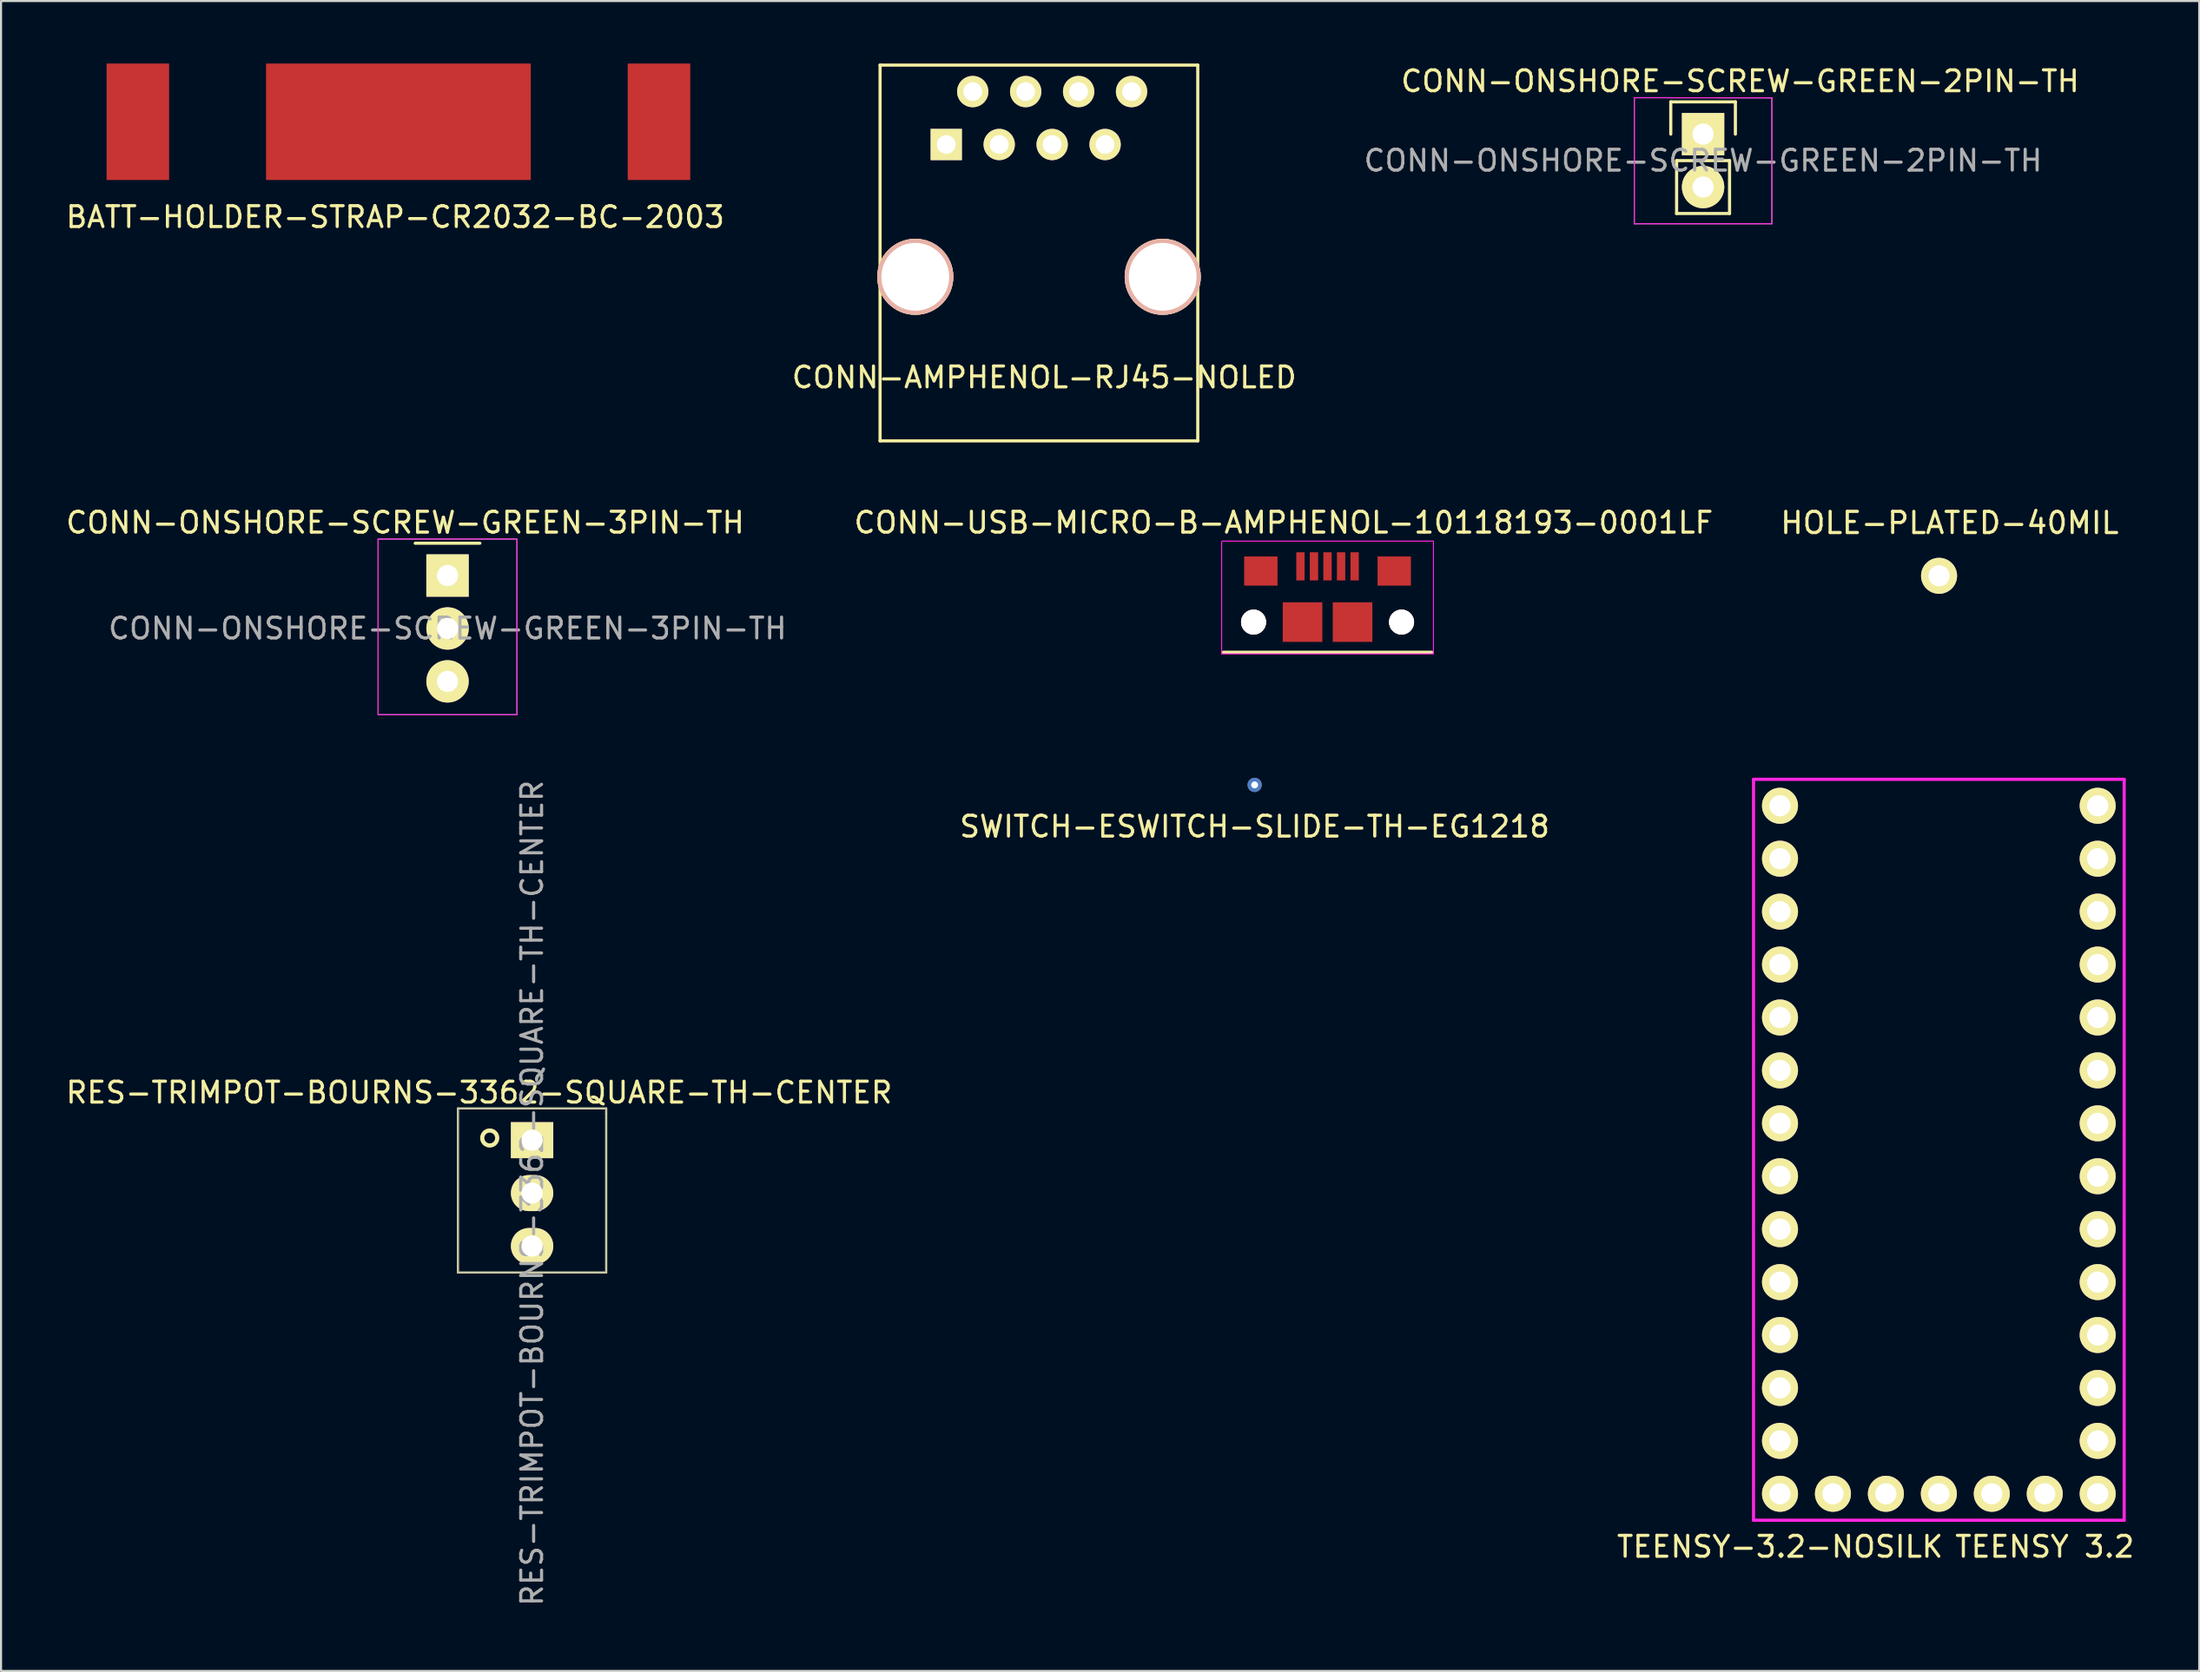
<source format=kicad_pcb>
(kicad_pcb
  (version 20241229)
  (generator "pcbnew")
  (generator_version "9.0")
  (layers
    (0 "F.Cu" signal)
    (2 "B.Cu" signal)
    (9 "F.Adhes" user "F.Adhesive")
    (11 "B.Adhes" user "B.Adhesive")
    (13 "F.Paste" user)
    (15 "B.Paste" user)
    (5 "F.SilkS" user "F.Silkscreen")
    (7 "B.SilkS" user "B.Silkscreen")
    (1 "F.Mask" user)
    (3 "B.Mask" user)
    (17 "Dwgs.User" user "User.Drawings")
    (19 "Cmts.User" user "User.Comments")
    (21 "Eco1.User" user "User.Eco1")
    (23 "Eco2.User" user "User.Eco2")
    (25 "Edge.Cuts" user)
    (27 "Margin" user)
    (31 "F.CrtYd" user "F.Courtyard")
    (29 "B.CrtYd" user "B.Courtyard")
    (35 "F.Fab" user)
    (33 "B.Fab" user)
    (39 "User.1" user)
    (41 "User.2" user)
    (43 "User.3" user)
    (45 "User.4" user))
  (footprint "CONN-ONSHORE-SCREW-GREEN-2PIN-TH"
    (layer "F.Cu")
    (at 78.649 3.388)
    (property "Reference" "CONN-ONSHORE-SCREW-GREEN-2PIN-TH" (at 0 1.27 0) (layer "F.Fab") (effects (font (size 1 1) (thickness 0.15))))
    (attr through_hole)
    (fp_line (start -1.55 -1.55) (end 1.55 -1.55) (stroke (width 0.15) (type solid)) (layer "F.SilkS"))
    (fp_line (start -1.55 0) (end -1.55 -1.55) (stroke (width 0.15) (type solid)) (layer "F.SilkS"))
    (fp_line (start -1.27 1.27) (end -1.27 3.81) (stroke (width 0.15) (type solid)) (layer "F.SilkS"))
    (fp_line (start -1.27 3.81) (end 1.27 3.81) (stroke (width 0.15) (type solid)) (layer "F.SilkS"))
    (fp_line (start 1.27 1.27) (end -1.27 1.27) (stroke (width 0.15) (type solid)) (layer "F.SilkS"))
    (fp_line (start 1.27 1.27) (end 1.27 3.81) (stroke (width 0.15) (type solid)) (layer "F.SilkS"))
    (fp_line (start 1.55 -1.55) (end 1.55 0) (stroke (width 0.15) (type solid)) (layer "F.SilkS"))
    (fp_line (start -3.3 -1.75) (end -3.3 4.3) (stroke (width 0.05) (type solid)) (layer "F.CrtYd"))
    (fp_line (start -3.3 -1.75) (end 3.3 -1.742) (stroke (width 0.05) (type solid)) (layer "F.CrtYd"))
    (fp_line (start -3.3 4.3) (end 3.3 4.3) (stroke (width 0.05) (type solid)) (layer "F.CrtYd"))
    (fp_line (start 3.3 -1.75) (end 3.3 4.3) (stroke (width 0.05) (type solid)) (layer "F.CrtYd"))
    (fp_line (start -3.3 -1.75) (end -3.3 4.3) (stroke (width 0.05) (type solid)) (layer "F.Fab"))
    (fp_line (start -3.3 -1.75) (end 3.3 -1.742) (stroke (width 0.05) (type solid)) (layer "F.Fab"))
    (fp_line (start -3.3 4.3) (end 3.3 4.3) (stroke (width 0.05) (type solid)) (layer "F.Fab"))
    (fp_line (start 3.3 -1.75) (end 3.3 4.3) (stroke (width 0.05) (type solid)) (layer "F.Fab"))
    (fp_text user "${REFERENCE}" (at 1.778 -2.54 0) (layer "F.SilkS") (effects (font (size 1 1) (thickness 0.15))))
    (pad "1" thru_hole rect (at 0 0) (size 2.032 2.032) (drill 1.016) (layers "*.Cu" "*.Mask" "F.SilkS"))
    (pad "2" thru_hole oval (at 0 2.54) (size 2.032 2.032) (drill 1.016) (layers "*.Cu" "*.Mask" "F.SilkS")))
  (footprint "RES-TRIMPOT-BOURNS-3362-SQUARE-TH-CENTER"
    (layer "F.Cu")
    (at 22.475 54.212)
    (property "Reference" "RES-TRIMPOT-BOURNS-3362-SQUARE-TH-CENTER" (at 0 0 90) (layer "F.Fab") (effects (font (size 1 1) (thickness 0.15))))
    (attr through_hole)
    (fp_line (start -3.556 -4.064) (end -3.556 3.81) (stroke (width 0.102) (type solid)) (layer "F.SilkS"))
    (fp_line (start -3.556 3.81) (end 3.556 3.81) (stroke (width 0.102) (type solid)) (layer "F.SilkS"))
    (fp_line (start 3.556 -4.064) (end -3.556 -4.064) (stroke (width 0.102) (type solid)) (layer "F.SilkS"))
    (fp_line (start 3.556 -3.81) (end 3.556 -4.064) (stroke (width 0.102) (type solid)) (layer "F.SilkS"))
    (fp_line (start 3.556 3.81) (end 3.556 -3.81) (stroke (width 0.102) (type solid)) (layer "F.SilkS"))
    (fp_circle (center -2.032 -2.645) (end -1.778 -2.391) (stroke (width 0.2) (type solid)) (fill no) (layer "F.SilkS"))
    (fp_line (start -3.556 -4.064) (end -3.556 3.81) (stroke (width 0.05) (type solid)) (layer "F.Fab"))
    (fp_line (start -3.556 3.81) (end 3.556 3.81) (stroke (width 0.05) (type solid)) (layer "F.Fab"))
    (fp_line (start 3.556 -4.064) (end -3.556 -4.064) (stroke (width 0.05) (type solid)) (layer "F.Fab"))
    (fp_line (start 3.556 3.81) (end 3.556 -4.064) (stroke (width 0.05) (type solid)) (layer "F.Fab"))
    (fp_circle (center 0 -2.54) (end 0.254 -2.286) (stroke (width 0.2) (type solid)) (fill no) (layer "F.Fab"))
    (fp_text user "${REFERENCE}" (at -2.54 -4.826 0) (layer "F.SilkS") (effects (font (size 1 1) (thickness 0.15))))
    (pad "1" thru_hole rect (at 0 -2.54) (size 2.032 1.727) (drill 1.016) (layers "*.Cu" "*.Mask" "F.SilkS"))
    (pad "2" thru_hole oval (at 0 0) (size 2.032 1.727) (drill 1.016) (layers "*.Cu" "*.Mask" "F.SilkS"))
    (pad "3" thru_hole oval (at 0 2.54) (size 2.032 1.727) (drill 1.016) (layers "*.Cu" "*.Mask" "F.SilkS")))
  (footprint "HOLE-PLATED-40MIL"
    (layer "F.Cu")
    (at 89.969 24.586)
    (property "Reference" "HOLE-PLATED-40MIL" (at 0.508 -2.54 0) (layer "F.SilkS") (effects (font (size 1.016 1.016) (thickness 0.152))))
    (attr through_hole)
    (pad "1" thru_hole circle (at 0 0) (size 1.727 1.727) (drill 1.016) (layers "*.Cu" "*.Mask" "F.SilkS")))
  (footprint "CONN-USB-MICRO-B-AMPHENOL-10118193-0001LF"
    (layer "F.Cu")
    (at 60.634 26.807)
    (property "Reference" "CONN-USB-MICRO-B-AMPHENOL-10118193-0001LF" (at -2.108 -4.775 0) (layer "F.SilkS") (effects (font (size 1 1) (thickness 0.15))))
    (attr smd)
    (fp_line (start -5.004 1.448) (end 4.996 1.448) (stroke (width 0.15) (type solid)) (layer "F.SilkS"))
    (fp_line (start -5.08 -3.861) (end -5.08 1.524) (stroke (width 0.05) (type solid)) (layer "F.CrtYd"))
    (fp_line (start 5.055 1.524) (end -5.08 1.524) (stroke (width 0.05) (type solid)) (layer "F.CrtYd"))
    (fp_line (start 5.08 -3.886) (end -5.055 -3.886) (stroke (width 0.05) (type solid)) (layer "F.CrtYd"))
    (fp_line (start 5.08 -3.861) (end 5.08 1.524) (stroke (width 0.05) (type solid)) (layer "F.CrtYd"))
    (pad "1" smd rect (at -1.3 -2.675 90) (size 1.35 0.4) (layers "F.Cu" "F.Mask" "F.Paste"))
    (pad "2" smd rect (at -0.65 -2.675 90) (size 1.35 0.4) (layers "F.Cu" "F.Mask" "F.Paste"))
    (pad "3" smd rect (at -0.001 -2.675 90) (size 1.35 0.4) (layers "F.Cu" "F.Mask" "F.Paste"))
    (pad "4" smd rect (at 0.65 -2.675 90) (size 1.35 0.4) (layers "F.Cu" "F.Mask" "F.Paste"))
    (pad "5" smd rect (at 1.3 -2.675 90) (size 1.35 0.4) (layers "F.Cu" "F.Mask" "F.Paste"))
    (pad "6" thru_hole circle (at -3.55 0 90) (size 1.2 1.2) (drill 1.2) (layers "*.Cu" "*.Mask" "F.SilkS"))
    (pad "6" smd rect (at -3.2 -2.45 90) (size 1.4 1.6) (layers "F.Cu" "F.Mask" "F.Paste"))
    (pad "6" smd rect (at -1.2 0 90) (size 1.9 1.9) (layers "F.Cu" "F.Mask" "F.Paste"))
    (pad "6" smd rect (at 1.2 0 90) (size 1.9 1.9) (layers "F.Cu" "F.Mask" "F.Paste"))
    (pad "6" smd rect (at 3.2 -2.45 90) (size 1.4 1.6) (layers "F.Cu" "F.Mask" "F.Paste"))
    (pad "6" thru_hole circle (at 3.55 0 90) (size 1.2 1.2) (drill 1.2) (layers "*.Cu" "*.Mask" "F.SilkS")))
  (footprint "SWITCH-ESWITCH-SLIDE-TH-EG1218"
    (layer "F.Cu")
    (at 57.137 34.62)
    (property "Reference" "SWITCH-ESWITCH-SLIDE-TH-EG1218" (at 0 2 0) (layer "F.SilkS") (effects (font (size 1 1) (thickness 0.15))))
    (attr through_hole)
    (pad "GND" thru_hole circle (at 0 0) (size 0.686 0.686) (drill 0.33) (layers "*.Cu")))
  (footprint "TEENSY-3.2-NOSILK"
    (layer "F.Cu")
    (at 92.499 45.783)
    (property "Reference" "TEENSY-3.2-NOSILK" (at -10.16 25.4 180) (layer "F.SilkS") (effects (font (size 1 1) (thickness 0.15))))
    (attr through_hole)
    (fp_line (start -11.43 -11.43) (end -11.43 24.13) (stroke (width 0.152) (type solid)) (layer "F.CrtYd"))
    (fp_line (start -11.43 24.13) (end 6.35 24.13) (stroke (width 0.152) (type solid)) (layer "F.CrtYd"))
    (fp_line (start 6.35 -11.43) (end -11.43 -11.43) (stroke (width 0.152) (type solid)) (layer "F.CrtYd"))
    (fp_line (start 6.35 24.13) (end 6.35 -11.43) (stroke (width 0.152) (type solid)) (layer "F.CrtYd"))
    (fp_text user "TEENSY 3.2" (at 2.54 25.4 0) (layer "F.SilkS") (effects (font (size 1 1) (thickness 0.15))))
    (pad "0" thru_hole circle (at -10.16 -7.62) (size 1.727 1.727) (drill 1.016) (layers "*.Cu" "*.Mask" "F.SilkS"))
    (pad "1" thru_hole circle (at -10.16 -5.08) (size 1.727 1.727) (drill 1.016) (layers "*.Cu" "*.Mask" "F.SilkS"))
    (pad "2" thru_hole circle (at -10.16 -2.54) (size 1.727 1.727) (drill 1.016) (layers "*.Cu" "*.Mask" "F.SilkS"))
    (pad "3" thru_hole circle (at -10.16 0) (size 1.727 1.727) (drill 1.016) (layers "*.Cu" "*.Mask" "F.SilkS"))
    (pad "3V1" thru_hole circle (at -5.08 22.86) (size 1.727 1.727) (drill 1.016) (layers "*.Cu" "*.Mask" "F.SilkS"))
    (pad "3V2" thru_hole circle (at 5.08 -5.08) (size 1.727 1.727) (drill 1.016) (layers "*.Cu" "*.Mask" "F.SilkS"))
    (pad "4" thru_hole circle (at -10.16 2.54) (size 1.727 1.727) (drill 1.016) (layers "*.Cu" "*.Mask" "F.SilkS"))
    (pad "5" thru_hole circle (at -10.16 5.08) (size 1.727 1.727) (drill 1.016) (layers "*.Cu" "*.Mask" "F.SilkS"))
    (pad "6" thru_hole circle (at -10.16 7.62) (size 1.727 1.727) (drill 1.016) (layers "*.Cu" "*.Mask" "F.SilkS"))
    (pad "7" thru_hole circle (at -10.16 10.16) (size 1.727 1.727) (drill 1.016) (layers "*.Cu" "*.Mask" "F.SilkS"))
    (pad "8" thru_hole circle (at -10.16 12.7) (size 1.727 1.727) (drill 1.016) (layers "*.Cu" "*.Mask" "F.SilkS"))
    (pad "9" thru_hole circle (at -10.16 15.24) (size 1.727 1.727) (drill 1.016) (layers "*.Cu" "*.Mask" "F.SilkS"))
    (pad "10" thru_hole circle (at -10.16 17.78) (size 1.727 1.727) (drill 1.016) (layers "*.Cu" "*.Mask" "F.SilkS"))
    (pad "11" thru_hole circle (at -10.16 20.32) (size 1.727 1.727) (drill 1.016) (layers "*.Cu" "*.Mask" "F.SilkS"))
    (pad "12" thru_hole circle (at -10.16 22.86) (size 1.727 1.727) (drill 1.016) (layers "*.Cu" "*.Mask" "F.SilkS"))
    (pad "13" thru_hole circle (at 5.08 22.86) (size 1.727 1.727) (drill 1.016) (layers "*.Cu" "*.Mask" "F.SilkS"))
    (pad "14" thru_hole circle (at 5.08 20.32) (size 1.727 1.727) (drill 1.016) (layers "*.Cu" "*.Mask" "F.SilkS"))
    (pad "15" thru_hole circle (at 5.08 17.78) (size 1.727 1.727) (drill 1.016) (layers "*.Cu" "*.Mask" "F.SilkS"))
    (pad "16" thru_hole circle (at 5.08 15.24) (size 1.727 1.727) (drill 1.016) (layers "*.Cu" "*.Mask" "F.SilkS"))
    (pad "17" thru_hole circle (at 5.08 12.7) (size 1.727 1.727) (drill 1.016) (layers "*.Cu" "*.Mask" "F.SilkS"))
    (pad "18" thru_hole circle (at 5.08 10.16) (size 1.727 1.727) (drill 1.016) (layers "*.Cu" "*.Mask" "F.SilkS"))
    (pad "19" thru_hole circle (at 5.08 7.62) (size 1.727 1.727) (drill 1.016) (layers "*.Cu" "*.Mask" "F.SilkS"))
    (pad "20" thru_hole circle (at 5.08 5.08) (size 1.727 1.727) (drill 1.016) (layers "*.Cu" "*.Mask" "F.SilkS"))
    (pad "21" thru_hole circle (at 5.08 2.54) (size 1.727 1.727) (drill 1.016) (layers "*.Cu" "*.Mask" "F.SilkS"))
    (pad "22" thru_hole circle (at 5.08 0) (size 1.727 1.727) (drill 1.016) (layers "*.Cu" "*.Mask" "F.SilkS"))
    (pad "23" thru_hole circle (at 5.08 -2.54) (size 1.727 1.727) (drill 1.016) (layers "*.Cu" "*.Mask" "F.SilkS"))
    (pad "AG" thru_hole circle (at 5.08 -7.62) (size 1.727 1.727) (drill 1.016) (layers "*.Cu" "*.Mask" "F.SilkS"))
    (pad "DAC" thru_hole circle (at 2.54 22.86) (size 1.727 1.727) (drill 1.016) (layers "*.Cu" "*.Mask" "F.SilkS"))
    (pad "G1" thru_hole circle (at -10.16 -10.16) (size 1.727 1.727) (drill 1.016) (layers "*.Cu" "*.Mask" "F.SilkS"))
    (pad "G2" thru_hole circle (at -2.54 22.86) (size 1.727 1.727) (drill 1.016) (layers "*.Cu" "*.Mask" "F.SilkS"))
    (pad "PGM" thru_hole circle (at 0 22.86) (size 1.727 1.727) (drill 1.016) (layers "*.Cu" "*.Mask" "F.SilkS"))
    (pad "VBAT" thru_hole circle (at -7.62 22.86) (size 1.727 1.727) (drill 1.016) (layers "*.Cu" "*.Mask" "F.SilkS"))
    (pad "VIN" thru_hole circle (at 5.08 -10.16) (size 1.727 1.727) (drill 1.016) (layers "*.Cu" "*.Mask" "F.SilkS")))
  (footprint "BATT-HOLDER-STRAP-CR2032-BC-2003"
    (layer "F.Cu")
    (at 16.063 2.794)
    (property "Reference" "BATT-HOLDER-STRAP-CR2032-BC-2003" (at -0.152 4.572 0) (layer "F.SilkS") (effects (font (size 1 1) (thickness 0.15))))
    (attr through_hole)
    (pad "1" smd rect (at -12.5 0) (size 3 5.588) (layers "F.Cu" "F.Mask" "F.Paste"))
    (pad "1" smd rect (at 12.5 0) (size 3 5.588) (layers "F.Cu" "F.Mask" "F.Paste"))
    (pad "GND" smd rect (at 0 0) (size 12.7 5.588) (layers "F.Cu" "F.Mask" "F.Paste")))
  (footprint "CONN-AMPHENOL-RJ45-NOLED"
    (layer "F.Cu")
    (at 46.788 10.235)
    (property "Reference" "CONN-AMPHENOL-RJ45-NOLED" (at 0.254 4.826 0) (layer "F.SilkS") (effects (font (size 1 1) (thickness 0.15))))
    (attr through_hole)
    (fp_line (start -7.62 -10.16) (end -7.62 7.874) (stroke (width 0.15) (type solid)) (layer "F.SilkS"))
    (fp_line (start -7.62 7.874) (end 7.62 7.874) (stroke (width 0.15) (type solid)) (layer "F.SilkS"))
    (fp_line (start 7.62 -10.16) (end -7.62 -10.16) (stroke (width 0.15) (type solid)) (layer "F.SilkS"))
    (fp_line (start 7.62 7.874) (end 7.62 -10.16) (stroke (width 0.15) (type solid)) (layer "F.SilkS"))
    (pad "" np_thru_hole circle (at -5.931 0) (size 3.65 3.65) (drill 3.251) (layers "*.Cu" "*.SilkS" "*.Mask"))
    (pad "" np_thru_hole circle (at 5.939 0) (size 3.65 3.65) (drill 3.251) (layers "*.Cu" "*.SilkS" "*.Mask"))
    (pad "1" thru_hole rect (at -4.445 -6.35) (size 1.501 1.501) (drill 0.899) (layers "*.Cu" "*.Mask" "F.SilkS"))
    (pad "2" thru_hole circle (at -3.175 -8.89) (size 1.501 1.501) (drill 0.899) (layers "*.Cu" "*.Mask" "F.SilkS"))
    (pad "3" thru_hole circle (at -1.905 -6.35) (size 1.501 1.501) (drill 0.899) (layers "*.Cu" "*.Mask" "F.SilkS"))
    (pad "4" thru_hole circle (at -0.635 -8.89) (size 1.501 1.501) (drill 0.899) (layers "*.Cu" "*.Mask" "F.SilkS"))
    (pad "5" thru_hole circle (at 0.635 -6.35) (size 1.501 1.501) (drill 0.899) (layers "*.Cu" "*.Mask" "F.SilkS"))
    (pad "6" thru_hole circle (at 1.905 -8.89) (size 1.501 1.501) (drill 0.899) (layers "*.Cu" "*.Mask" "F.SilkS"))
    (pad "7" thru_hole circle (at 3.175 -6.35) (size 1.501 1.501) (drill 0.899) (layers "*.Cu" "*.Mask" "F.SilkS"))
    (pad "8" thru_hole circle (at 4.445 -8.89) (size 1.501 1.501) (drill 0.899) (layers "*.Cu" "*.Mask" "F.SilkS")))
  (footprint "CONN-ONSHORE-SCREW-GREEN-3PIN-TH"
    (layer "F.Cu")
    (at 18.419 24.572)
    (property "Reference" "CONN-ONSHORE-SCREW-GREEN-3PIN-TH" (at 0 2.54 0) (layer "F.Fab") (effects (font (size 1 1) (thickness 0.15))))
    (attr through_hole)
    (fp_line (start -1.55 -1.55) (end 1.55 -1.55) (stroke (width 0.15) (type solid)) (layer "F.SilkS"))
    (fp_line (start -3.33 -1.75) (end -3.33 6.68) (stroke (width 0.05) (type solid)) (layer "F.CrtYd"))
    (fp_line (start -3.3 -1.75) (end 3.3 -1.75) (stroke (width 0.05) (type solid)) (layer "F.CrtYd"))
    (fp_line (start -3.3 6.68) (end 3.3 6.68) (stroke (width 0.05) (type solid)) (layer "F.CrtYd"))
    (fp_line (start 3.33 -1.75) (end 3.33 6.68) (stroke (width 0.05) (type solid)) (layer "F.CrtYd"))
    (fp_line (start -3.33 -1.75) (end -3.33 6.68) (stroke (width 0.05) (type solid)) (layer "F.Fab"))
    (fp_line (start -3.3 -1.75) (end 3.3 -1.75) (stroke (width 0.05) (type solid)) (layer "F.Fab"))
    (fp_line (start -3.3 6.68) (end 3.3 6.68) (stroke (width 0.05) (type solid)) (layer "F.Fab"))
    (fp_line (start 3.33 -1.75) (end 3.33 6.68) (stroke (width 0.05) (type solid)) (layer "F.Fab"))
    (fp_circle (center 0 0) (end 0 0.254) (stroke (width 0.2) (type solid)) (fill no) (layer "F.Fab"))
    (fp_text user "${REFERENCE}" (at -2.032 -2.54 0) (layer "F.SilkS") (effects (font (size 1 1) (thickness 0.15))))
    (pad "1" thru_hole rect (at 0 0) (size 2.032 2.032) (drill 1.016) (layers "*.Cu" "*.Mask" "F.SilkS"))
    (pad "2" thru_hole oval (at 0 2.54) (size 2.032 2.032) (drill 1.016) (layers "*.Cu" "*.Mask" "F.SilkS"))
    (pad "3" thru_hole oval (at 0 5.08) (size 2.032 2.032) (drill 1.016) (layers "*.Cu" "*.Mask" "F.SilkS")))
  (gr_rect
    (start -3 -3)
    (end 102.45 77.146)
    (stroke (width 0.1) (type default))
    (fill no)
    (layer "Edge.Cuts")))
</source>
